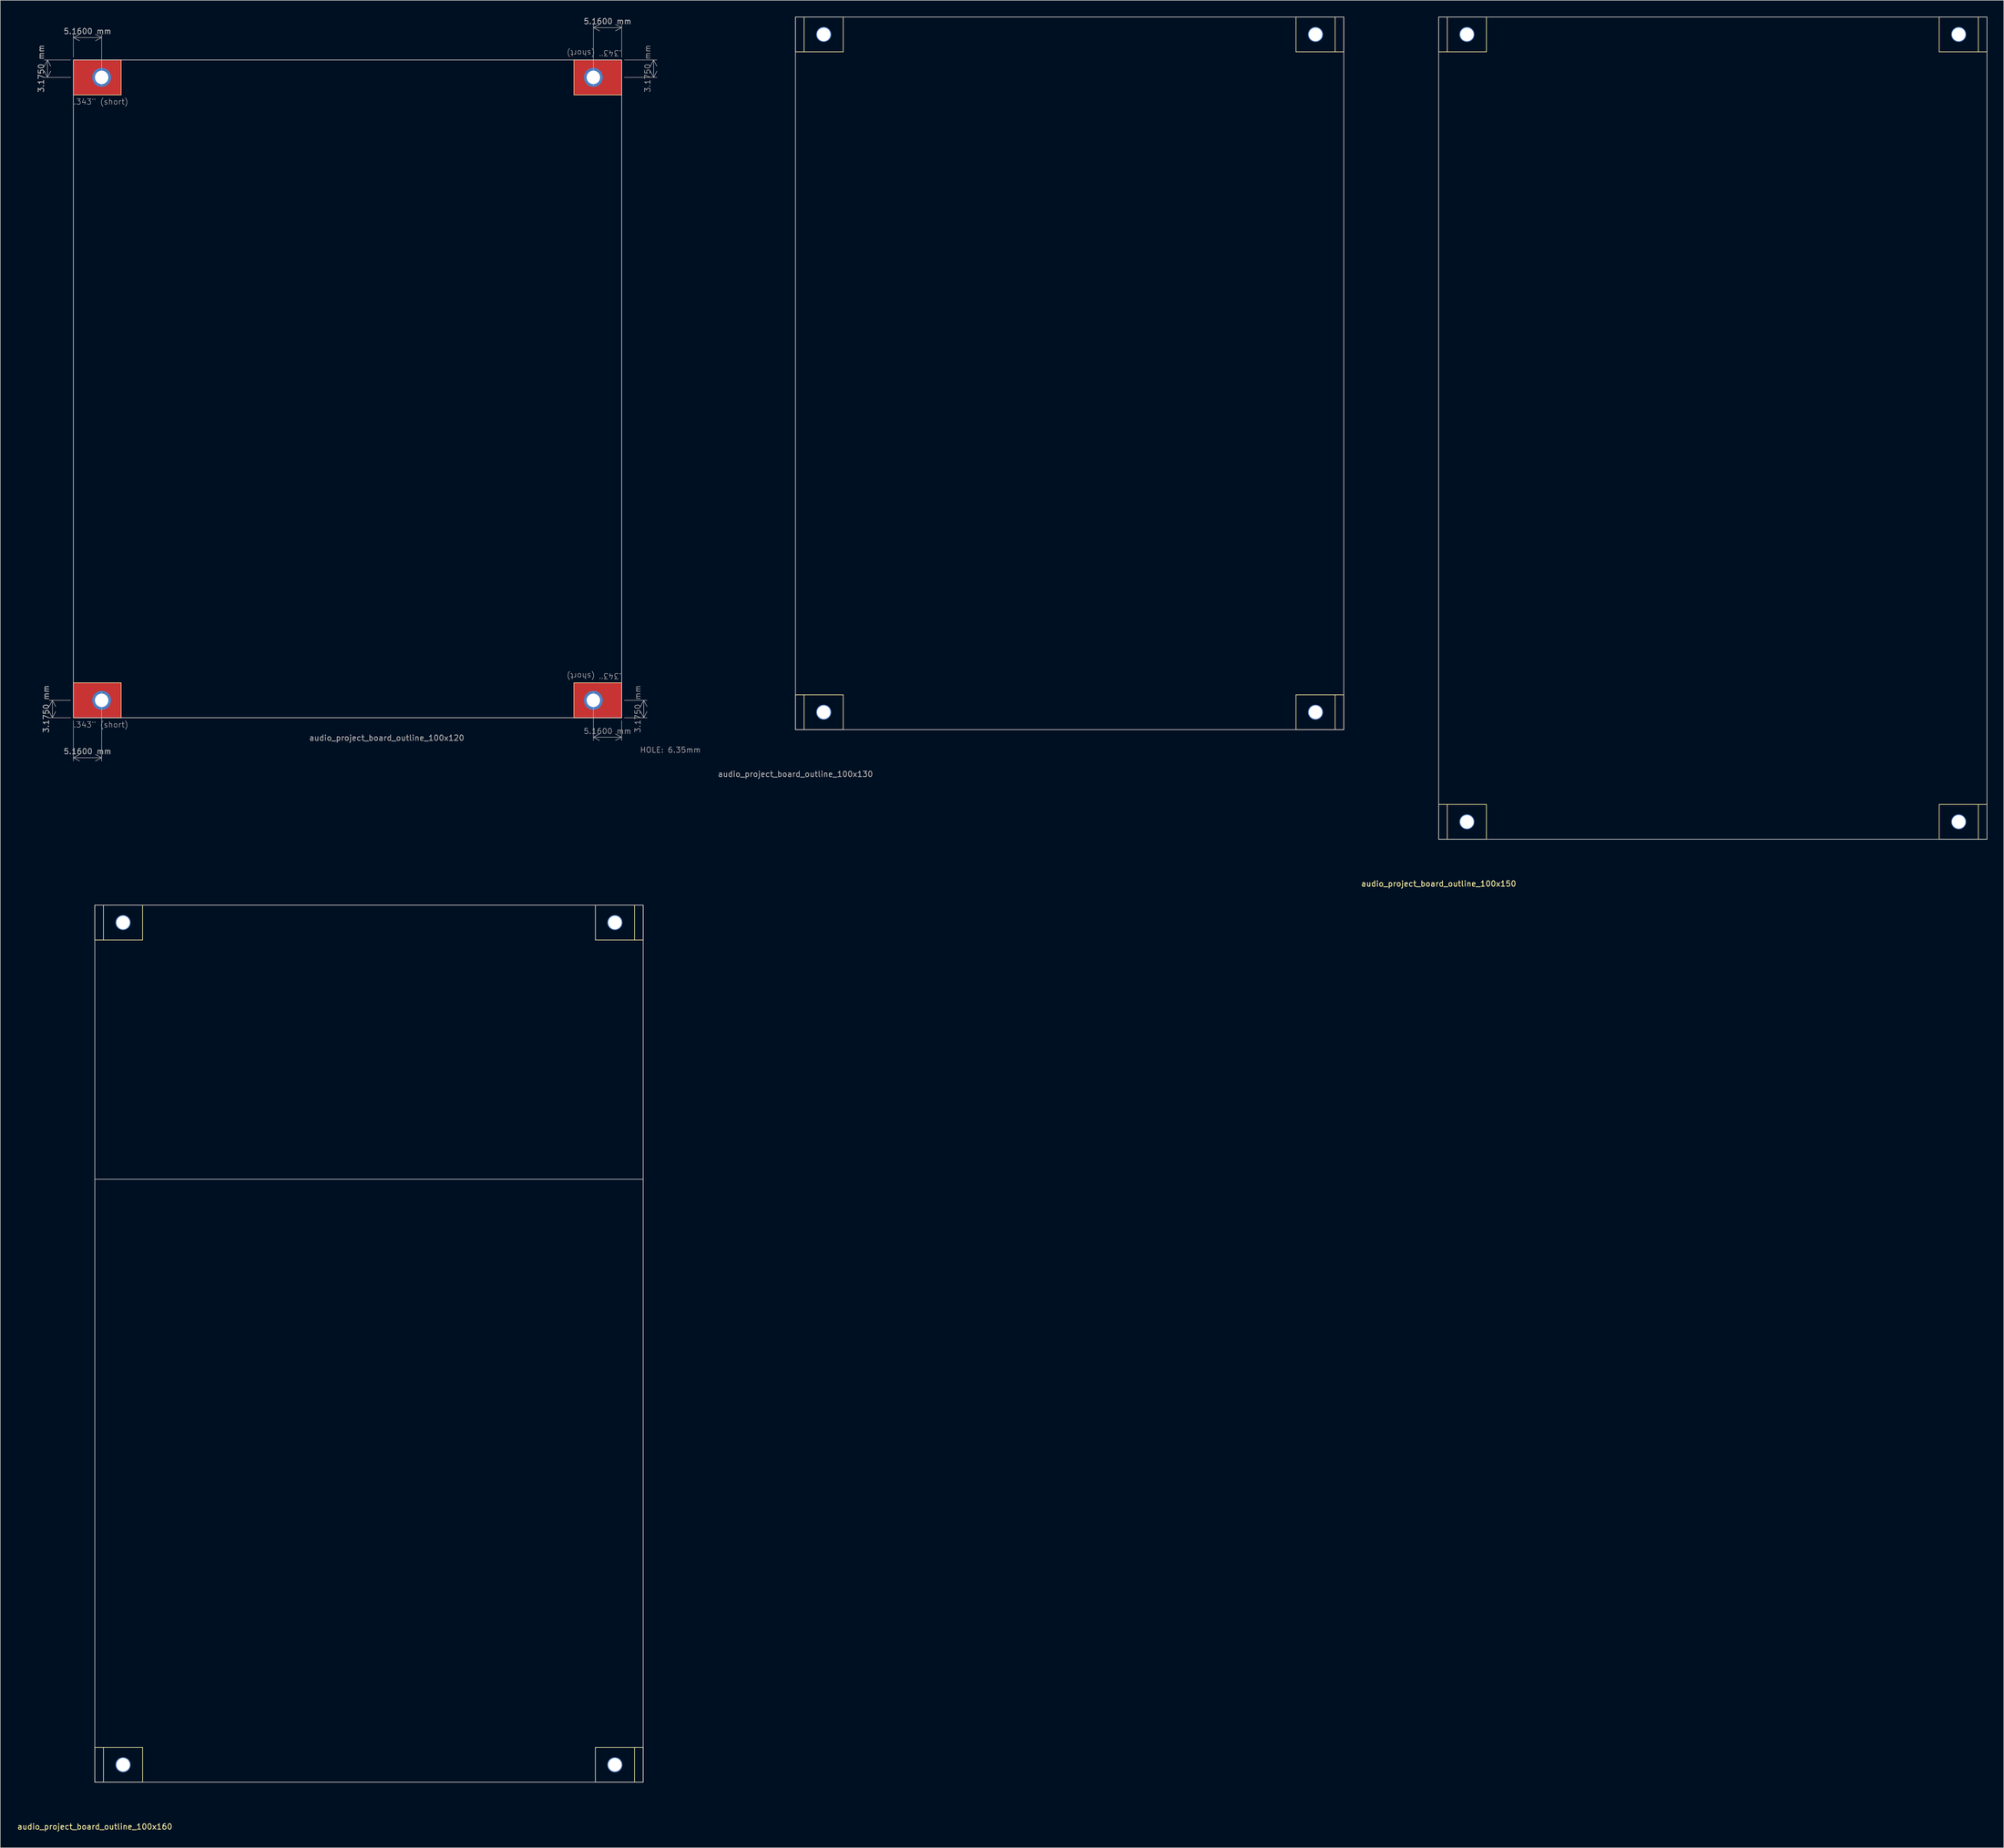
<source format=kicad_pcb>
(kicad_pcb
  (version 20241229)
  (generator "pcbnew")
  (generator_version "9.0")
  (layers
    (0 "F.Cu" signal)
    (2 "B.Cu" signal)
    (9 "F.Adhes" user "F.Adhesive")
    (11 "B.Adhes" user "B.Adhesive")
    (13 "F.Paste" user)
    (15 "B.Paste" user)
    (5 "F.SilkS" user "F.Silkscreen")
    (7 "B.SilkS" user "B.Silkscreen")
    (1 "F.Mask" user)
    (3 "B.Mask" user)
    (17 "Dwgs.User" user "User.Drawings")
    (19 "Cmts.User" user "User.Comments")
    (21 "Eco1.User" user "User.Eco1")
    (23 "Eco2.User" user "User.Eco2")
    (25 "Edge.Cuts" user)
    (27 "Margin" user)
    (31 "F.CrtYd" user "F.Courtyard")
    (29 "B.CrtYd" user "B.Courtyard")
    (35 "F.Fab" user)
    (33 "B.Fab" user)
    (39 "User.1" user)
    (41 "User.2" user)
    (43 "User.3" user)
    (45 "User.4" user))
  (footprint "audio_project_board_outline_100x130"
    (layer "F.Cu")
    (at 142.02 130.06)
    (property "Reference" "audio_project_board_outline_100x130" (at 0 8.12 180) (layer "F.Fab") (effects (font (size 1 1) (thickness 0.15))))
    (attr through_hole exclude_from_bom)
    (fp_line (start 0 -6.35) (end 8.712 -6.35) (stroke (width 0.12) (type solid)) (layer "F.SilkS"))
    (fp_line (start 0 0) (end 0 -6.35) (stroke (width 0.12) (type solid)) (layer "F.SilkS"))
    (fp_line (start 0 0) (end 8.712 0) (stroke (width 0.12) (type solid)) (layer "F.SilkS"))
    (fp_line (start 0.0002 -130) (end 8.712 -130) (stroke (width 0.12) (type solid)) (layer "F.SilkS"))
    (fp_line (start 0.0002 -123.65) (end 0.0002 -130) (stroke (width 0.12) (type solid)) (layer "F.SilkS"))
    (fp_line (start 0.0002 -123.65) (end 8.712 -123.65) (stroke (width 0.12) (type solid)) (layer "F.SilkS"))
    (fp_line (start 1.575 0) (end 1.575 -6.35) (stroke (width 0.12) (type solid)) (layer "F.SilkS"))
    (fp_line (start 1.575 -123.65) (end 1.575 -130) (stroke (width 0.12) (type solid)) (layer "F.SilkS"))
    (fp_line (start 8.712 0) (end 8.712 -6.35) (stroke (width 0.12) (type solid)) (layer "F.SilkS"))
    (fp_line (start 8.712 -123.65) (end 8.712 -130) (stroke (width 0.12) (type solid)) (layer "F.SilkS"))
    (fp_line (start 91.288 -130) (end 91.288 -123.65) (stroke (width 0.12) (type solid)) (layer "F.SilkS"))
    (fp_line (start 91.288 -6.35) (end 91.288 0) (stroke (width 0.12) (type solid)) (layer "F.SilkS"))
    (fp_line (start 98.425 -130) (end 98.425 -123.65) (stroke (width 0.12) (type solid)) (layer "F.SilkS"))
    (fp_line (start 98.425 -6.35) (end 98.425 0) (stroke (width 0.12) (type solid)) (layer "F.SilkS"))
    (fp_line (start 100 -130) (end 91.288 -130) (stroke (width 0.12) (type solid)) (layer "F.SilkS"))
    (fp_line (start 100 -130) (end 100 -123.65) (stroke (width 0.12) (type solid)) (layer "F.SilkS"))
    (fp_line (start 100 -123.65) (end 91.288 -123.65) (stroke (width 0.12) (type solid)) (layer "F.SilkS"))
    (fp_line (start 100 -6.35) (end 91.288 -6.35) (stroke (width 0.12) (type solid)) (layer "F.SilkS"))
    (fp_line (start 100 -6.35) (end 100 0) (stroke (width 0.12) (type solid)) (layer "F.SilkS"))
    (fp_line (start 100 0) (end 91.288 0) (stroke (width 0.12) (type solid)) (layer "F.SilkS"))
    (fp_line (start 0 -130) (end 100 -130) (stroke (width 0.12) (type solid)) (layer "Edge.Cuts"))
    (fp_line (start 0 0) (end 0 -130) (stroke (width 0.12) (type solid)) (layer "Edge.Cuts"))
    (fp_line (start 0 0) (end 100 0) (stroke (width 0.12) (type solid)) (layer "Edge.Cuts"))
    (fp_line (start 100 0) (end 100 -130) (stroke (width 0.12) (type solid)) (layer "Edge.Cuts"))
    (pad "1" thru_hole circle (at 94.844 -126.825) (size 2.75 2.75) (drill 2.45) (layers "*.Cu" "*.Mask"))
    (pad "2" thru_hole circle (at 5.156 -3.175 180) (size 2.75 2.75) (drill 2.45) (layers "*.Cu" "*.Mask"))
    (pad "2" thru_hole circle (at 5.156 -126.825 180) (size 2.75 2.75) (drill 2.45) (layers "*.Cu" "*.Mask"))
    (pad "2" thru_hole circle (at 94.844 -3.175) (size 2.75 2.75) (drill 2.45) (layers "*.Cu" "*.Mask")))
  (footprint "audio_project_board_outline_100x150"
    (layer "F.Cu")
    (at 259.324 150.06)
    (property "Reference" "audio_project_board_outline_100x150" (at 0 8.12 180) (layer "F.SilkS") (effects (font (size 1 1) (thickness 0.15))))
    (attr through_hole)
    (fp_line (start 0 -6.35) (end 8.712 -6.35) (stroke (width 0.12) (type solid)) (layer "F.SilkS"))
    (fp_line (start 0 0) (end 0 -6.35) (stroke (width 0.12) (type solid)) (layer "F.SilkS"))
    (fp_line (start 0 0) (end 8.712 0) (stroke (width 0.12) (type solid)) (layer "F.SilkS"))
    (fp_line (start 0.0002 -150) (end 8.712 -150) (stroke (width 0.12) (type solid)) (layer "F.SilkS"))
    (fp_line (start 0.0002 -143.65) (end 0.0002 -150) (stroke (width 0.12) (type solid)) (layer "F.SilkS"))
    (fp_line (start 0.0002 -143.65) (end 8.712 -143.65) (stroke (width 0.12) (type solid)) (layer "F.SilkS"))
    (fp_line (start 1.575 0) (end 1.575 -6.35) (stroke (width 0.12) (type solid)) (layer "F.SilkS"))
    (fp_line (start 1.575 -143.65) (end 1.575 -150) (stroke (width 0.12) (type solid)) (layer "F.SilkS"))
    (fp_line (start 8.712 0) (end 8.712 -6.35) (stroke (width 0.12) (type solid)) (layer "F.SilkS"))
    (fp_line (start 8.712 -143.65) (end 8.712 -150) (stroke (width 0.12) (type solid)) (layer "F.SilkS"))
    (fp_line (start 91.288 -150) (end 91.288 -143.65) (stroke (width 0.12) (type solid)) (layer "F.SilkS"))
    (fp_line (start 91.288 -6.35) (end 91.288 0) (stroke (width 0.12) (type solid)) (layer "F.SilkS"))
    (fp_line (start 98.425 -150) (end 98.425 -143.65) (stroke (width 0.12) (type solid)) (layer "F.SilkS"))
    (fp_line (start 98.425 -6.35) (end 98.425 0) (stroke (width 0.12) (type solid)) (layer "F.SilkS"))
    (fp_line (start 100 -150) (end 91.288 -150) (stroke (width 0.12) (type solid)) (layer "F.SilkS"))
    (fp_line (start 100 -150) (end 100 -143.65) (stroke (width 0.12) (type solid)) (layer "F.SilkS"))
    (fp_line (start 100 -143.65) (end 91.288 -143.65) (stroke (width 0.12) (type solid)) (layer "F.SilkS"))
    (fp_line (start 100 -6.35) (end 91.288 -6.35) (stroke (width 0.12) (type solid)) (layer "F.SilkS"))
    (fp_line (start 100 -6.35) (end 100 0) (stroke (width 0.12) (type solid)) (layer "F.SilkS"))
    (fp_line (start 100 0) (end 91.288 0) (stroke (width 0.12) (type solid)) (layer "F.SilkS"))
    (fp_line (start 0 -150) (end 100 -150) (stroke (width 0.12) (type solid)) (layer "Edge.Cuts"))
    (fp_line (start 0 0) (end 0 -150) (stroke (width 0.12) (type solid)) (layer "Edge.Cuts"))
    (fp_line (start 0 0) (end 100 0) (stroke (width 0.12) (type solid)) (layer "Edge.Cuts"))
    (fp_line (start 100 0) (end 100 -150) (stroke (width 0.12) (type solid)) (layer "Edge.Cuts"))
    (pad "1" thru_hole circle (at 5.156 -3.175 180) (size 2.75 2.75) (drill 2.45) (layers "*.Cu" "*.Mask"))
    (pad "1" thru_hole circle (at 5.156 -146.825 180) (size 2.75 2.75) (drill 2.45) (layers "*.Cu" "*.Mask"))
    (pad "1" thru_hole circle (at 94.844 -146.825) (size 2.75 2.75) (drill 2.45) (layers "*.Cu" "*.Mask"))
    (pad "1" thru_hole circle (at 94.844 -3.175) (size 2.75 2.75) (drill 2.45) (layers "*.Cu" "*.Mask")))
  (footprint "audio_project_board_outline_100x160"
    (layer "F.Cu")
    (at 14.244 322.088)
    (property "Reference" "audio_project_board_outline_100x160" (at 0 8.12 180) (layer "F.SilkS") (effects (font (size 1 1) (thickness 0.15))))
    (attr through_hole)
    (fp_line (start -0.006 -160) (end 8.706 -160) (stroke (width 0.12) (type solid)) (layer "F.SilkS"))
    (fp_line (start -0.006 -153.65) (end -0.006 -160) (stroke (width 0.12) (type solid)) (layer "F.SilkS"))
    (fp_line (start -0.006 -153.65) (end 8.706 -153.65) (stroke (width 0.12) (type solid)) (layer "F.SilkS"))
    (fp_line (start 0 -6.35) (end 8.712 -6.35) (stroke (width 0.12) (type solid)) (layer "F.SilkS"))
    (fp_line (start 0 0) (end 0 -6.35) (stroke (width 0.12) (type solid)) (layer "F.SilkS"))
    (fp_line (start 0 0) (end 8.712 0) (stroke (width 0.12) (type solid)) (layer "F.SilkS"))
    (fp_line (start 1.569 -153.65) (end 1.569 -160) (stroke (width 0.12) (type solid)) (layer "F.SilkS"))
    (fp_line (start 1.575 0) (end 1.575 -6.35) (stroke (width 0.12) (type solid)) (layer "F.SilkS"))
    (fp_line (start 8.706 -153.65) (end 8.706 -160) (stroke (width 0.12) (type solid)) (layer "F.SilkS"))
    (fp_line (start 8.712 0) (end 8.712 -6.35) (stroke (width 0.12) (type solid)) (layer "F.SilkS"))
    (fp_line (start 91.288 -6.35) (end 91.288 0) (stroke (width 0.12) (type solid)) (layer "F.SilkS"))
    (fp_line (start 91.294 -160) (end 91.294 -153.65) (stroke (width 0.12) (type solid)) (layer "F.SilkS"))
    (fp_line (start 98.425 -6.35) (end 98.425 0) (stroke (width 0.12) (type solid)) (layer "F.SilkS"))
    (fp_line (start 98.431 -160) (end 98.431 -153.65) (stroke (width 0.12) (type solid)) (layer "F.SilkS"))
    (fp_line (start 100 -6.35) (end 91.288 -6.35) (stroke (width 0.12) (type solid)) (layer "F.SilkS"))
    (fp_line (start 100 -6.35) (end 100 0) (stroke (width 0.12) (type solid)) (layer "F.SilkS"))
    (fp_line (start 100 0) (end 91.288 0) (stroke (width 0.12) (type solid)) (layer "F.SilkS"))
    (fp_line (start 100.006 -160) (end 91.294 -160) (stroke (width 0.12) (type solid)) (layer "F.SilkS"))
    (fp_line (start 100.006 -160) (end 100.006 -153.65) (stroke (width 0.12) (type solid)) (layer "F.SilkS"))
    (fp_line (start 100.006 -153.65) (end 91.294 -153.65) (stroke (width 0.12) (type solid)) (layer "F.SilkS"))
    (fp_line (start 0 -110) (end 100 -110) (stroke (width 0.12) (type solid)) (layer "Dwgs.User"))
    (fp_line (start 0 -160) (end 100 -160) (stroke (width 0.12) (type solid)) (layer "Edge.Cuts"))
    (fp_line (start 0 0) (end 0 -160) (stroke (width 0.12) (type solid)) (layer "Edge.Cuts"))
    (fp_line (start 0 0) (end 100 0) (stroke (width 0.12) (type solid)) (layer "Edge.Cuts"))
    (fp_line (start 100 0) (end 100 -160) (stroke (width 0.12) (type solid)) (layer "Edge.Cuts"))
    (pad "1" thru_hole circle (at 5.15 -156.825 180) (size 2.75 2.75) (drill 2.45) (layers "*.Cu" "*.Mask"))
    (pad "1" thru_hole circle (at 5.156 -3.175 180) (size 2.75 2.75) (drill 2.45) (layers "*.Cu" "*.Mask"))
    (pad "1" thru_hole circle (at 94.844 -3.175) (size 2.75 2.75) (drill 2.45) (layers "*.Cu" "*.Mask"))
    (pad "1" thru_hole circle (at 94.85 -156.825) (size 2.75 2.75) (drill 2.45) (layers "*.Cu" "*.Mask")))
  (footprint "audio_project_board_outline_100x120"
    (layer "F.Cu")
    (at 10.328 127.893)
    (property "Reference" "audio_project_board_outline_100x120" (at 57.15 3.69 180) (layer "F.Fab") (effects (font (size 1 1) (thickness 0.15))))
    (attr exclude_from_bom)
    (fp_rect (start 8.71 -120.025) (end 0 -113.625) (stroke (width 0.1) (type default)) (fill no) (layer "F.SilkS"))
    (fp_rect (start 8.71 -6.375) (end 0 0.025) (stroke (width 0.1) (type default)) (fill no) (layer "F.SilkS"))
    (fp_rect (start 91.284 0.025) (end 99.994 -6.375) (stroke (width 0.1) (type default)) (fill no) (layer "F.SilkS"))
    (fp_rect (start 91.29 -113.625) (end 100 -120.025) (stroke (width 0.1) (type default)) (fill no) (layer "F.SilkS"))
    (fp_line (start 0 -120) (end 100 -120) (stroke (width 0.12) (type solid)) (layer "Edge.Cuts"))
    (fp_line (start 0 0) (end 0 -120) (stroke (width 0.12) (type solid)) (layer "Edge.Cuts"))
    (fp_line (start 0 0) (end 100 0) (stroke (width 0.12) (type solid)) (layer "Edge.Cuts"))
    (fp_line (start 100 0) (end 100 -120) (stroke (width 0.12) (type solid)) (layer "Edge.Cuts"))
    (fp_text user "HOLE: 6.35mm" (at 103.3 6.46 0) (unlocked yes) (layer "Dwgs.User") (effects (font (size 1 1) (thickness 0.1)) (justify left bottom)))
    (fp_text user ".343\" (short)" (at 100.044 -8.205 180) (unlocked yes) (layer "F.Fab") (effects (font (size 1 1) (thickness 0.1)) (justify left bottom)))
    (fp_text user ".343\" (short)" (at -0.05 -111.795 0) (unlocked yes) (layer "F.Fab") (effects (font (size 1 1) (thickness 0.1)) (justify left bottom)))
    (fp_text user ".343\" (short)" (at -0.05 1.855 0) (unlocked yes) (layer "F.Fab") (effects (font (size 1 1) (thickness 0.1)) (justify left bottom)))
    (fp_text user ".343\" (short)" (at 100.05 -121.855 180) (unlocked yes) (layer "F.Fab") (effects (font (size 1 1) (thickness 0.1)) (justify left bottom)))
    (dimension (type orthogonal) (layer "F.Fab") (pts (xy 10.336 7.893) (xy 10.336 11.068)) (height -4.728) (orientation 1) (format (prefix "") (suffix "") (units 3) (units_format 1) (precision 4)) (style (thickness 0.1) (arrow_length 1.27) (text_position_mode 0) (arrow_direction outward) (extension_height 0.586) (extension_offset 0.5) (keep_text_aligned yes)) (gr_text "3.1750 mm" (at 4.458 9.481 90) (layer "F.Fab") (effects (font (size 1 1) (thickness 0.15)))))
    (dimension (type orthogonal) (layer "F.Fab") (pts (xy 110.328 127.893) (xy 110.328 124.718)) (height 4.025) (orientation 1) (format (prefix "") (suffix "") (units 3) (units_format 1) (precision 4)) (style (thickness 0.1) (arrow_length 1.27) (text_position_mode 0) (arrow_direction outward) (extension_height 0.586) (extension_offset 0.5) (keep_text_aligned yes)) (gr_text "3.1750 mm" (at 113.253 126.306 90) (layer "F.Fab") (effects (font (size 1 1) (thickness 0.1)))))
    (dimension (type orthogonal) (layer "F.Fab") (pts (xy 110.328 7.893) (xy 105.168 13.053)) (height -5.895) (orientation 0) (format (prefix "") (suffix "") (units 3) (units_format 1) (precision 4)) (style (thickness 0.1) (arrow_length 1.27) (text_position_mode 0) (arrow_direction outward) (extension_height 0.586) (extension_offset 0.5) (keep_text_aligned yes)) (gr_text "5.1600 mm" (at 107.748 0.848 0) (layer "F.Fab") (effects (font (size 1 1) (thickness 0.15)))))
    (dimension (type orthogonal) (layer "F.Fab") (pts (xy 10.328 127.893) (xy 10.328 124.718)) (height -3.82) (orientation 1) (format (prefix "") (suffix "") (units 3) (units_format 1) (precision 4)) (style (thickness 0.1) (arrow_length 1.27) (text_position_mode 0) (arrow_direction outward) (extension_height 0.586) (extension_offset 0.5) (keep_text_aligned yes)) (gr_text "3.1750 mm" (at 5.358 126.306 90) (layer "F.Fab") (effects (font (size 1 1) (thickness 0.15)))))
    (dimension (type orthogonal) (layer "F.Fab") (pts (xy 10.328 7.893) (xy 15.488 13.053)) (height -4.09) (orientation 0) (format (prefix "") (suffix "") (units 3) (units_format 1) (precision 4)) (style (thickness 0.1) (arrow_length 1.27) (text_position_mode 0) (arrow_direction outward) (extension_height 0.586) (extension_offset 0.5) (keep_text_aligned yes)) (gr_text "5.1600 mm" (at 12.908 2.654 0) (layer "F.Fab") (effects (font (size 1 1) (thickness 0.15)))))
    (dimension (type orthogonal) (layer "F.Fab") (pts (xy 110.328 7.893) (xy 110.328 11.068)) (height 5.825) (orientation 1) (format (prefix "") (suffix "") (units 3) (units_format 1) (precision 4)) (style (thickness 0.1) (arrow_length 1.27) (text_position_mode 0) (arrow_direction outward) (extension_height 0.586) (extension_offset 0.5) (keep_text_aligned yes)) (gr_text "3.1750 mm" (at 115.053 9.481 90) (layer "F.Fab") (effects (font (size 1 1) (thickness 0.1)))))
    (dimension (type orthogonal) (layer "F.Fab") (pts (xy 10.328 127.893) (xy 15.488 122.733)) (height 7.296) (orientation 0) (format (prefix "") (suffix "") (units 3) (units_format 1) (precision 4)) (style (thickness 0.1) (arrow_length 1.27) (text_position_mode 0) (arrow_direction outward) (extension_height 0.586) (extension_offset 0.5) (keep_text_aligned yes)) (gr_text "5.1600 mm" (at 12.908 134.04 0) (layer "F.Fab") (effects (font (size 1 1) (thickness 0.15)))))
    (dimension (type orthogonal) (layer "F.Fab") (pts (xy 110.322 127.918) (xy 105.162 122.758)) (height 3.528) (orientation 0) (format (prefix "") (suffix "") (units 3) (units_format 1) (precision 4)) (style (thickness 0.1) (arrow_length 1.27) (text_position_mode 0) (arrow_direction outward) (extension_height 0.586) (extension_offset 0.5) (keep_text_aligned yes)) (gr_text "5.1600 mm" (at 107.742 130.346 0) (layer "F.Fab") (effects (font (size 1 1) (thickness 0.1)))))
    (pad "1" thru_hole circle (at 5.16 -3.175 180) (size 3.45 3.45) (drill 2.45) (layers "*.Cu" "*.Mask"))
    (pad "1" smd custom (at 5.16 -3.175 180) (size 3.45 3.45) (layers "F.Cu" "F.Mask") (options (anchor circle)) (primitives (gr_rect (start -3.55 -3.2) (end 5.16 3.2) (width 0.1) (fill yes))))
    (pad "2" thru_hole circle (at 94.834 -3.175) (size 3.45 3.45) (drill 2.45) (layers "*.Cu" "*.Mask"))
    (pad "2" smd custom (at 94.834 -3.175) (size 3.45 3.45) (layers "F.Cu" "F.Mask") (options (anchor circle)) (primitives (gr_rect (start -3.55 -3.2) (end 5.16 3.2) (width 0.1) (fill yes))))
    (pad "3" thru_hole circle (at 5.16 -116.825 180) (size 3.45 3.45) (drill 2.45) (layers "*.Cu" "*.Mask"))
    (pad "3" smd custom (at 5.16 -116.825 180) (size 3.45 3.45) (layers "F.Cu" "F.Mask") (options (anchor circle)) (primitives (gr_rect (start -3.55 -3.2) (end 5.16 3.2) (width 0.1) (fill yes))))
    (pad "4" thru_hole circle (at 94.84 -116.825) (size 3.45 3.45) (drill 2.45) (layers "*.Cu" "*.Mask"))
    (pad "4" smd custom (at 94.84 -116.825) (size 3.45 3.45) (layers "F.Cu" "F.Mask") (options (anchor circle)) (primitives (gr_rect (start -3.55 -3.2) (end 5.16 3.2) (width 0.1) (fill yes)))))
  (gr_rect
    (start -3 -3)
    (end 362.384 334.057)
    (stroke (width 0.1) (type default))
    (fill no)
    (layer "Edge.Cuts")))
</source>
